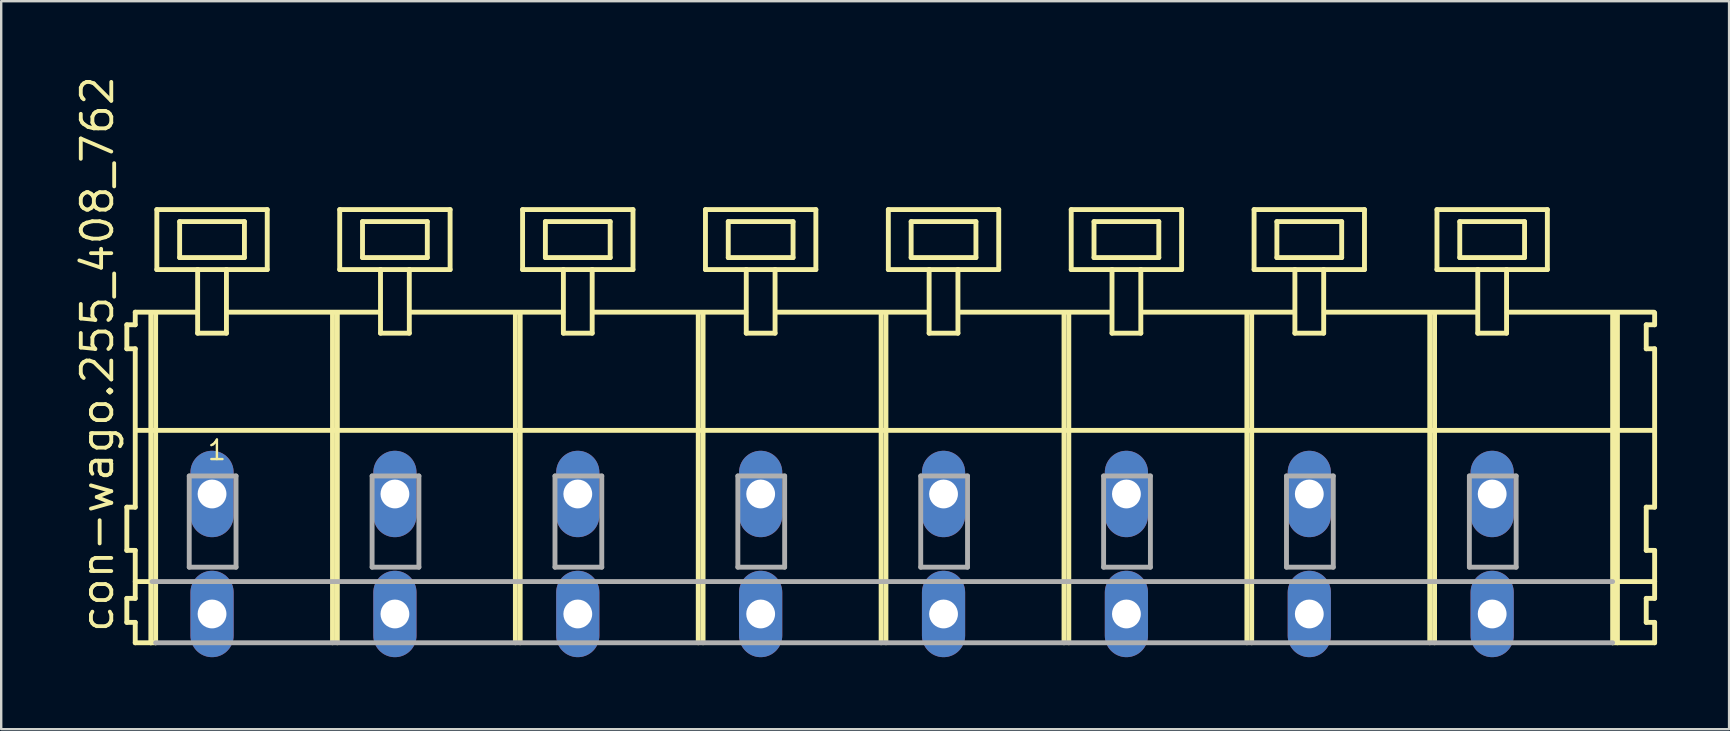
<source format=kicad_pcb>
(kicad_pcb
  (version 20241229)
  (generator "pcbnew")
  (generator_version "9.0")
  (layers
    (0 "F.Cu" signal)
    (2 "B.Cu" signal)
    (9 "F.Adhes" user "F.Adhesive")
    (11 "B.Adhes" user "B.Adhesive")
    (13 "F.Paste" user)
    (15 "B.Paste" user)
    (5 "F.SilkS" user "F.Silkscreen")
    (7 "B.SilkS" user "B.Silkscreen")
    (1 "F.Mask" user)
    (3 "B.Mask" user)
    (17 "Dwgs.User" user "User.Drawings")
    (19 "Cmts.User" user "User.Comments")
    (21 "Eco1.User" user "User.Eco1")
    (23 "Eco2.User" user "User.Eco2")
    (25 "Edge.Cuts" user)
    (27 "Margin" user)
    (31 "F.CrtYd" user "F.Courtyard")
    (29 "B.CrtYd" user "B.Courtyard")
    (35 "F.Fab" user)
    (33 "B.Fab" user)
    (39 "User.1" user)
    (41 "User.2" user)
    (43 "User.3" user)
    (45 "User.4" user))
  (footprint "con-wago.255_408_762"
    (layer "F.Cu")
    (at 33.725 17.533)
    (property "Reference" "con-wago.255_408_762" (at -31.975 5.855 90) (layer "F.SilkS") (effects (font (size 1.27 1.27) (thickness 0.16)) (justify left bottom)))
    (attr through_hole)
    (fp_line (start -31.49 -7.05) (end -31.49 -6.05) (stroke (width 0.203) (type default)) (layer "F.SilkS"))
    (fp_line (start -31.49 -6.05) (end -31.14 -6.05) (stroke (width 0.203) (type default)) (layer "F.SilkS"))
    (fp_line (start -31.49 0.55) (end -31.49 2.35) (stroke (width 0.203) (type default)) (layer "F.SilkS"))
    (fp_line (start -31.49 2.35) (end -31.14 2.35) (stroke (width 0.203) (type default)) (layer "F.SilkS"))
    (fp_line (start -31.49 4.35) (end -31.49 5.35) (stroke (width 0.203) (type default)) (layer "F.SilkS"))
    (fp_line (start -31.49 5.35) (end -31.14 5.35) (stroke (width 0.203) (type default)) (layer "F.SilkS"))
    (fp_line (start -31.14 -7.575) (end -31.14 -7.05) (stroke (width 0.203) (type default)) (layer "F.SilkS"))
    (fp_line (start -31.14 -7.575) (end -28.565 -7.575) (stroke (width 0.203) (type default)) (layer "F.SilkS"))
    (fp_line (start -31.14 -7.05) (end -31.49 -7.05) (stroke (width 0.203) (type default)) (layer "F.SilkS"))
    (fp_line (start -31.14 -6.05) (end -31.14 0.55) (stroke (width 0.203) (type default)) (layer "F.SilkS"))
    (fp_line (start -31.14 0.55) (end -31.49 0.55) (stroke (width 0.203) (type default)) (layer "F.SilkS"))
    (fp_line (start -31.14 2.35) (end -31.14 4.35) (stroke (width 0.203) (type default)) (layer "F.SilkS"))
    (fp_line (start -31.14 3.65) (end -30.44 3.65) (stroke (width 0.203) (type default)) (layer "F.SilkS"))
    (fp_line (start -31.14 4.35) (end -31.49 4.35) (stroke (width 0.203) (type default)) (layer "F.SilkS"))
    (fp_line (start -31.14 5.35) (end -31.14 6.2) (stroke (width 0.203) (type default)) (layer "F.SilkS"))
    (fp_line (start -31.14 6.2) (end -30.49 6.2) (stroke (width 0.203) (type default)) (layer "F.SilkS"))
    (fp_line (start -31.09 -2.65) (end 32.12 -2.65) (stroke (width 0.203) (type default)) (layer "F.SilkS"))
    (fp_line (start -30.49 -7.55) (end -30.49 6.2) (stroke (width 0.203) (type default)) (layer "F.SilkS"))
    (fp_line (start -30.49 6.2) (end -30.29 6.2) (stroke (width 0.203) (type default)) (layer "F.SilkS"))
    (fp_line (start -30.29 -7.55) (end -30.29 6.2) (stroke (width 0.203) (type default)) (layer "F.SilkS"))
    (fp_line (start -30.24 -11.85) (end -30.24 -9.35) (stroke (width 0.203) (type default)) (layer "F.SilkS"))
    (fp_line (start -30.24 -9.35) (end -28.54 -9.35) (stroke (width 0.203) (type default)) (layer "F.SilkS"))
    (fp_line (start -29.29 -11.35) (end -29.29 -9.85) (stroke (width 0.203) (type default)) (layer "F.SilkS"))
    (fp_line (start -29.29 -9.85) (end -26.59 -9.85) (stroke (width 0.203) (type default)) (layer "F.SilkS"))
    (fp_line (start -28.54 -9.35) (end -28.54 -6.7) (stroke (width 0.203) (type default)) (layer "F.SilkS"))
    (fp_line (start -28.54 -9.35) (end -27.34 -9.35) (stroke (width 0.203) (type default)) (layer "F.SilkS"))
    (fp_line (start -28.54 -6.7) (end -27.34 -6.7) (stroke (width 0.203) (type default)) (layer "F.SilkS"))
    (fp_line (start -27.34 -9.35) (end -25.64 -9.35) (stroke (width 0.203) (type default)) (layer "F.SilkS"))
    (fp_line (start -27.34 -6.7) (end -27.34 -9.35) (stroke (width 0.203) (type default)) (layer "F.SilkS"))
    (fp_line (start -27.315 -7.575) (end -20.941 -7.575) (stroke (width 0.203) (type default)) (layer "F.SilkS"))
    (fp_line (start -26.59 -11.35) (end -29.29 -11.35) (stroke (width 0.203) (type default)) (layer "F.SilkS"))
    (fp_line (start -26.59 -9.85) (end -26.59 -11.35) (stroke (width 0.203) (type default)) (layer "F.SilkS"))
    (fp_line (start -25.64 -11.85) (end -30.24 -11.85) (stroke (width 0.203) (type default)) (layer "F.SilkS"))
    (fp_line (start -25.64 -9.35) (end -25.64 -11.85) (stroke (width 0.203) (type default)) (layer "F.SilkS"))
    (fp_line (start -22.92 -7.55) (end -22.92 6.2) (stroke (width 0.203) (type default)) (layer "F.SilkS"))
    (fp_line (start -22.72 -7.55) (end -22.72 6.2) (stroke (width 0.203) (type default)) (layer "F.SilkS"))
    (fp_line (start -22.62 -11.85) (end -22.62 -9.35) (stroke (width 0.203) (type default)) (layer "F.SilkS"))
    (fp_line (start -22.62 -9.35) (end -20.92 -9.35) (stroke (width 0.203) (type default)) (layer "F.SilkS"))
    (fp_line (start -21.67 -11.35) (end -21.67 -9.85) (stroke (width 0.203) (type default)) (layer "F.SilkS"))
    (fp_line (start -21.67 -9.85) (end -18.97 -9.85) (stroke (width 0.203) (type default)) (layer "F.SilkS"))
    (fp_line (start -20.92 -9.35) (end -20.92 -6.7) (stroke (width 0.203) (type default)) (layer "F.SilkS"))
    (fp_line (start -20.92 -9.35) (end -19.72 -9.35) (stroke (width 0.203) (type default)) (layer "F.SilkS"))
    (fp_line (start -20.92 -6.7) (end -19.72 -6.7) (stroke (width 0.203) (type default)) (layer "F.SilkS"))
    (fp_line (start -19.72 -9.35) (end -18.02 -9.35) (stroke (width 0.203) (type default)) (layer "F.SilkS"))
    (fp_line (start -19.72 -6.7) (end -19.72 -9.35) (stroke (width 0.203) (type default)) (layer "F.SilkS"))
    (fp_line (start -19.695 -7.575) (end -13.321 -7.575) (stroke (width 0.203) (type default)) (layer "F.SilkS"))
    (fp_line (start -18.97 -11.35) (end -21.67 -11.35) (stroke (width 0.203) (type default)) (layer "F.SilkS"))
    (fp_line (start -18.97 -9.85) (end -18.97 -11.35) (stroke (width 0.203) (type default)) (layer "F.SilkS"))
    (fp_line (start -18.02 -11.85) (end -22.62 -11.85) (stroke (width 0.203) (type default)) (layer "F.SilkS"))
    (fp_line (start -18.02 -9.35) (end -18.02 -11.85) (stroke (width 0.203) (type default)) (layer "F.SilkS"))
    (fp_line (start -15.3 -7.55) (end -15.3 6.2) (stroke (width 0.203) (type default)) (layer "F.SilkS"))
    (fp_line (start -15.1 -7.55) (end -15.1 6.2) (stroke (width 0.203) (type default)) (layer "F.SilkS"))
    (fp_line (start -15 -11.85) (end -15 -9.35) (stroke (width 0.203) (type default)) (layer "F.SilkS"))
    (fp_line (start -15 -9.35) (end -13.3 -9.35) (stroke (width 0.203) (type default)) (layer "F.SilkS"))
    (fp_line (start -14.05 -11.35) (end -14.05 -9.85) (stroke (width 0.203) (type default)) (layer "F.SilkS"))
    (fp_line (start -14.05 -9.85) (end -11.35 -9.85) (stroke (width 0.203) (type default)) (layer "F.SilkS"))
    (fp_line (start -13.3 -9.35) (end -13.3 -6.7) (stroke (width 0.203) (type default)) (layer "F.SilkS"))
    (fp_line (start -13.3 -9.35) (end -12.1 -9.35) (stroke (width 0.203) (type default)) (layer "F.SilkS"))
    (fp_line (start -13.3 -6.7) (end -12.1 -6.7) (stroke (width 0.203) (type default)) (layer "F.SilkS"))
    (fp_line (start -12.1 -9.35) (end -10.4 -9.35) (stroke (width 0.203) (type default)) (layer "F.SilkS"))
    (fp_line (start -12.1 -6.7) (end -12.1 -9.35) (stroke (width 0.203) (type default)) (layer "F.SilkS"))
    (fp_line (start -12.075 -7.575) (end -5.701 -7.575) (stroke (width 0.203) (type default)) (layer "F.SilkS"))
    (fp_line (start -11.35 -11.35) (end -14.05 -11.35) (stroke (width 0.203) (type default)) (layer "F.SilkS"))
    (fp_line (start -11.35 -9.85) (end -11.35 -11.35) (stroke (width 0.203) (type default)) (layer "F.SilkS"))
    (fp_line (start -10.4 -11.85) (end -15 -11.85) (stroke (width 0.203) (type default)) (layer "F.SilkS"))
    (fp_line (start -10.4 -9.35) (end -10.4 -11.85) (stroke (width 0.203) (type default)) (layer "F.SilkS"))
    (fp_line (start -7.68 -7.55) (end -7.68 6.2) (stroke (width 0.203) (type default)) (layer "F.SilkS"))
    (fp_line (start -7.48 -7.55) (end -7.48 6.2) (stroke (width 0.203) (type default)) (layer "F.SilkS"))
    (fp_line (start -7.38 -11.85) (end -7.38 -9.35) (stroke (width 0.203) (type default)) (layer "F.SilkS"))
    (fp_line (start -7.38 -9.35) (end -5.68 -9.35) (stroke (width 0.203) (type default)) (layer "F.SilkS"))
    (fp_line (start -6.43 -11.35) (end -6.43 -9.85) (stroke (width 0.203) (type default)) (layer "F.SilkS"))
    (fp_line (start -6.43 -9.85) (end -3.73 -9.85) (stroke (width 0.203) (type default)) (layer "F.SilkS"))
    (fp_line (start -5.68 -9.35) (end -5.68 -6.7) (stroke (width 0.203) (type default)) (layer "F.SilkS"))
    (fp_line (start -5.68 -9.35) (end -4.48 -9.35) (stroke (width 0.203) (type default)) (layer "F.SilkS"))
    (fp_line (start -5.68 -6.7) (end -4.48 -6.7) (stroke (width 0.203) (type default)) (layer "F.SilkS"))
    (fp_line (start -4.48 -9.35) (end -2.78 -9.35) (stroke (width 0.203) (type default)) (layer "F.SilkS"))
    (fp_line (start -4.48 -6.7) (end -4.48 -9.35) (stroke (width 0.203) (type default)) (layer "F.SilkS"))
    (fp_line (start -4.455 -7.575) (end 1.919 -7.575) (stroke (width 0.203) (type default)) (layer "F.SilkS"))
    (fp_line (start -3.73 -11.35) (end -6.43 -11.35) (stroke (width 0.203) (type default)) (layer "F.SilkS"))
    (fp_line (start -3.73 -9.85) (end -3.73 -11.35) (stroke (width 0.203) (type default)) (layer "F.SilkS"))
    (fp_line (start -2.78 -11.85) (end -7.38 -11.85) (stroke (width 0.203) (type default)) (layer "F.SilkS"))
    (fp_line (start -2.78 -9.35) (end -2.78 -11.85) (stroke (width 0.203) (type default)) (layer "F.SilkS"))
    (fp_line (start -0.06 -7.55) (end -0.06 6.2) (stroke (width 0.203) (type default)) (layer "F.SilkS"))
    (fp_line (start 0.14 -7.55) (end 0.14 6.2) (stroke (width 0.203) (type default)) (layer "F.SilkS"))
    (fp_line (start 0.24 -11.85) (end 0.24 -9.35) (stroke (width 0.203) (type default)) (layer "F.SilkS"))
    (fp_line (start 0.24 -9.35) (end 1.94 -9.35) (stroke (width 0.203) (type default)) (layer "F.SilkS"))
    (fp_line (start 1.19 -11.35) (end 1.19 -9.85) (stroke (width 0.203) (type default)) (layer "F.SilkS"))
    (fp_line (start 1.19 -9.85) (end 3.89 -9.85) (stroke (width 0.203) (type default)) (layer "F.SilkS"))
    (fp_line (start 1.94 -9.35) (end 1.94 -6.7) (stroke (width 0.203) (type default)) (layer "F.SilkS"))
    (fp_line (start 1.94 -9.35) (end 3.14 -9.35) (stroke (width 0.203) (type default)) (layer "F.SilkS"))
    (fp_line (start 1.94 -6.7) (end 3.14 -6.7) (stroke (width 0.203) (type default)) (layer "F.SilkS"))
    (fp_line (start 3.14 -9.35) (end 4.84 -9.35) (stroke (width 0.203) (type default)) (layer "F.SilkS"))
    (fp_line (start 3.14 -6.7) (end 3.14 -9.35) (stroke (width 0.203) (type default)) (layer "F.SilkS"))
    (fp_line (start 3.165 -7.575) (end 9.539 -7.575) (stroke (width 0.203) (type default)) (layer "F.SilkS"))
    (fp_line (start 3.89 -11.35) (end 1.19 -11.35) (stroke (width 0.203) (type default)) (layer "F.SilkS"))
    (fp_line (start 3.89 -9.85) (end 3.89 -11.35) (stroke (width 0.203) (type default)) (layer "F.SilkS"))
    (fp_line (start 4.84 -11.85) (end 0.24 -11.85) (stroke (width 0.203) (type default)) (layer "F.SilkS"))
    (fp_line (start 4.84 -9.35) (end 4.84 -11.85) (stroke (width 0.203) (type default)) (layer "F.SilkS"))
    (fp_line (start 7.56 -7.55) (end 7.56 6.2) (stroke (width 0.203) (type default)) (layer "F.SilkS"))
    (fp_line (start 7.76 -7.55) (end 7.76 6.2) (stroke (width 0.203) (type default)) (layer "F.SilkS"))
    (fp_line (start 7.86 -11.85) (end 7.86 -9.35) (stroke (width 0.203) (type default)) (layer "F.SilkS"))
    (fp_line (start 7.86 -9.35) (end 9.56 -9.35) (stroke (width 0.203) (type default)) (layer "F.SilkS"))
    (fp_line (start 8.81 -11.35) (end 8.81 -9.85) (stroke (width 0.203) (type default)) (layer "F.SilkS"))
    (fp_line (start 8.81 -9.85) (end 11.51 -9.85) (stroke (width 0.203) (type default)) (layer "F.SilkS"))
    (fp_line (start 9.56 -9.35) (end 9.56 -6.7) (stroke (width 0.203) (type default)) (layer "F.SilkS"))
    (fp_line (start 9.56 -9.35) (end 10.76 -9.35) (stroke (width 0.203) (type default)) (layer "F.SilkS"))
    (fp_line (start 9.56 -6.7) (end 10.76 -6.7) (stroke (width 0.203) (type default)) (layer "F.SilkS"))
    (fp_line (start 10.76 -9.35) (end 12.46 -9.35) (stroke (width 0.203) (type default)) (layer "F.SilkS"))
    (fp_line (start 10.76 -6.7) (end 10.76 -9.35) (stroke (width 0.203) (type default)) (layer "F.SilkS"))
    (fp_line (start 10.785 -7.575) (end 17.159 -7.575) (stroke (width 0.203) (type default)) (layer "F.SilkS"))
    (fp_line (start 11.51 -11.35) (end 8.81 -11.35) (stroke (width 0.203) (type default)) (layer "F.SilkS"))
    (fp_line (start 11.51 -9.85) (end 11.51 -11.35) (stroke (width 0.203) (type default)) (layer "F.SilkS"))
    (fp_line (start 12.46 -11.85) (end 7.86 -11.85) (stroke (width 0.203) (type default)) (layer "F.SilkS"))
    (fp_line (start 12.46 -9.35) (end 12.46 -11.85) (stroke (width 0.203) (type default)) (layer "F.SilkS"))
    (fp_line (start 15.18 -7.55) (end 15.18 6.2) (stroke (width 0.203) (type default)) (layer "F.SilkS"))
    (fp_line (start 15.38 -7.55) (end 15.38 6.2) (stroke (width 0.203) (type default)) (layer "F.SilkS"))
    (fp_line (start 15.48 -11.85) (end 15.48 -9.35) (stroke (width 0.203) (type default)) (layer "F.SilkS"))
    (fp_line (start 15.48 -9.35) (end 17.18 -9.35) (stroke (width 0.203) (type default)) (layer "F.SilkS"))
    (fp_line (start 16.43 -11.35) (end 16.43 -9.85) (stroke (width 0.203) (type default)) (layer "F.SilkS"))
    (fp_line (start 16.43 -9.85) (end 19.13 -9.85) (stroke (width 0.203) (type default)) (layer "F.SilkS"))
    (fp_line (start 17.18 -9.35) (end 17.18 -6.7) (stroke (width 0.203) (type default)) (layer "F.SilkS"))
    (fp_line (start 17.18 -9.35) (end 18.38 -9.35) (stroke (width 0.203) (type default)) (layer "F.SilkS"))
    (fp_line (start 17.18 -6.7) (end 18.38 -6.7) (stroke (width 0.203) (type default)) (layer "F.SilkS"))
    (fp_line (start 18.38 -9.35) (end 20.08 -9.35) (stroke (width 0.203) (type default)) (layer "F.SilkS"))
    (fp_line (start 18.38 -6.7) (end 18.38 -9.35) (stroke (width 0.203) (type default)) (layer "F.SilkS"))
    (fp_line (start 18.405 -7.575) (end 24.779 -7.575) (stroke (width 0.203) (type default)) (layer "F.SilkS"))
    (fp_line (start 19.13 -11.35) (end 16.43 -11.35) (stroke (width 0.203) (type default)) (layer "F.SilkS"))
    (fp_line (start 19.13 -9.85) (end 19.13 -11.35) (stroke (width 0.203) (type default)) (layer "F.SilkS"))
    (fp_line (start 20.08 -11.85) (end 15.48 -11.85) (stroke (width 0.203) (type default)) (layer "F.SilkS"))
    (fp_line (start 20.08 -9.35) (end 20.08 -11.85) (stroke (width 0.203) (type default)) (layer "F.SilkS"))
    (fp_line (start 22.8 -7.55) (end 22.8 6.2) (stroke (width 0.203) (type default)) (layer "F.SilkS"))
    (fp_line (start 23 -7.55) (end 23 6.2) (stroke (width 0.203) (type default)) (layer "F.SilkS"))
    (fp_line (start 23.1 -11.85) (end 23.1 -9.35) (stroke (width 0.203) (type default)) (layer "F.SilkS"))
    (fp_line (start 23.1 -9.35) (end 24.8 -9.35) (stroke (width 0.203) (type default)) (layer "F.SilkS"))
    (fp_line (start 24.05 -11.35) (end 24.05 -9.85) (stroke (width 0.203) (type default)) (layer "F.SilkS"))
    (fp_line (start 24.05 -9.85) (end 26.75 -9.85) (stroke (width 0.203) (type default)) (layer "F.SilkS"))
    (fp_line (start 24.8 -9.35) (end 24.8 -6.7) (stroke (width 0.203) (type default)) (layer "F.SilkS"))
    (fp_line (start 24.8 -9.35) (end 26 -9.35) (stroke (width 0.203) (type default)) (layer "F.SilkS"))
    (fp_line (start 24.8 -6.7) (end 26 -6.7) (stroke (width 0.203) (type default)) (layer "F.SilkS"))
    (fp_line (start 26 -9.35) (end 27.7 -9.35) (stroke (width 0.203) (type default)) (layer "F.SilkS"))
    (fp_line (start 26 -6.7) (end 26 -9.35) (stroke (width 0.203) (type default)) (layer "F.SilkS"))
    (fp_line (start 26.025 -7.575) (end 32.145 -7.575) (stroke (width 0.203) (type default)) (layer "F.SilkS"))
    (fp_line (start 26.75 -11.35) (end 24.05 -11.35) (stroke (width 0.203) (type default)) (layer "F.SilkS"))
    (fp_line (start 26.75 -9.85) (end 26.75 -11.35) (stroke (width 0.203) (type default)) (layer "F.SilkS"))
    (fp_line (start 27.7 -11.85) (end 23.1 -11.85) (stroke (width 0.203) (type default)) (layer "F.SilkS"))
    (fp_line (start 27.7 -9.35) (end 27.7 -11.85) (stroke (width 0.203) (type default)) (layer "F.SilkS"))
    (fp_line (start 30.42 -7.55) (end 30.42 6.2) (stroke (width 0.203) (type default)) (layer "F.SilkS"))
    (fp_line (start 30.42 6.2) (end 32.17 6.2) (stroke (width 0.203) (type default)) (layer "F.SilkS"))
    (fp_line (start 30.47 3.65) (end 32.17 3.65) (stroke (width 0.203) (type default)) (layer "F.SilkS"))
    (fp_line (start 30.62 -7.55) (end 30.62 6.2) (stroke (width 0.203) (type default)) (layer "F.SilkS"))
    (fp_line (start 31.82 -7.05) (end 31.82 -6.05) (stroke (width 0.203) (type default)) (layer "F.SilkS"))
    (fp_line (start 31.82 -6.05) (end 32.17 -6.05) (stroke (width 0.203) (type default)) (layer "F.SilkS"))
    (fp_line (start 31.82 0.55) (end 31.82 2.35) (stroke (width 0.203) (type default)) (layer "F.SilkS"))
    (fp_line (start 31.82 2.35) (end 32.17 2.35) (stroke (width 0.203) (type default)) (layer "F.SilkS"))
    (fp_line (start 31.82 4.35) (end 31.82 5.35) (stroke (width 0.203) (type default)) (layer "F.SilkS"))
    (fp_line (start 31.82 5.35) (end 32.17 5.35) (stroke (width 0.203) (type default)) (layer "F.SilkS"))
    (fp_line (start 32.17 -7.05) (end 31.82 -7.05) (stroke (width 0.203) (type default)) (layer "F.SilkS"))
    (fp_line (start 32.17 -7.05) (end 32.17 -7.55) (stroke (width 0.203) (type default)) (layer "F.SilkS"))
    (fp_line (start 32.17 0.55) (end 31.82 0.55) (stroke (width 0.203) (type default)) (layer "F.SilkS"))
    (fp_line (start 32.17 0.55) (end 32.17 -6.05) (stroke (width 0.203) (type default)) (layer "F.SilkS"))
    (fp_line (start 32.17 3.65) (end 32.17 2.35) (stroke (width 0.203) (type default)) (layer "F.SilkS"))
    (fp_line (start 32.17 4.35) (end 31.82 4.35) (stroke (width 0.203) (type default)) (layer "F.SilkS"))
    (fp_line (start 32.17 4.35) (end 32.17 3.65) (stroke (width 0.203) (type default)) (layer "F.SilkS"))
    (fp_line (start 32.17 6.2) (end 32.17 5.35) (stroke (width 0.203) (type default)) (layer "F.SilkS"))
    (fp_line (start -30.44 3.65) (end 30.42 3.65) (stroke (width 0.203) (type default)) (layer "F.Fab"))
    (fp_line (start -30.29 6.2) (end 30.42 6.2) (stroke (width 0.203) (type default)) (layer "F.Fab"))
    (fp_line (start -28.89 -0.75) (end -28.89 3.05) (stroke (width 0.203) (type default)) (layer "F.Fab"))
    (fp_line (start -28.89 3.05) (end -26.94 3.05) (stroke (width 0.203) (type default)) (layer "F.Fab"))
    (fp_line (start -26.94 -0.75) (end -28.89 -0.75) (stroke (width 0.203) (type default)) (layer "F.Fab"))
    (fp_line (start -26.94 3.05) (end -26.94 -0.75) (stroke (width 0.203) (type default)) (layer "F.Fab"))
    (fp_line (start -21.27 -0.75) (end -21.27 3.05) (stroke (width 0.203) (type default)) (layer "F.Fab"))
    (fp_line (start -21.27 3.05) (end -19.32 3.05) (stroke (width 0.203) (type default)) (layer "F.Fab"))
    (fp_line (start -19.32 -0.75) (end -21.27 -0.75) (stroke (width 0.203) (type default)) (layer "F.Fab"))
    (fp_line (start -19.32 3.05) (end -19.32 -0.75) (stroke (width 0.203) (type default)) (layer "F.Fab"))
    (fp_line (start -13.65 -0.75) (end -13.65 3.05) (stroke (width 0.203) (type default)) (layer "F.Fab"))
    (fp_line (start -13.65 3.05) (end -11.7 3.05) (stroke (width 0.203) (type default)) (layer "F.Fab"))
    (fp_line (start -11.7 -0.75) (end -13.65 -0.75) (stroke (width 0.203) (type default)) (layer "F.Fab"))
    (fp_line (start -11.7 3.05) (end -11.7 -0.75) (stroke (width 0.203) (type default)) (layer "F.Fab"))
    (fp_line (start -6.03 -0.75) (end -6.03 3.05) (stroke (width 0.203) (type default)) (layer "F.Fab"))
    (fp_line (start -6.03 3.05) (end -4.08 3.05) (stroke (width 0.203) (type default)) (layer "F.Fab"))
    (fp_line (start -4.08 -0.75) (end -6.03 -0.75) (stroke (width 0.203) (type default)) (layer "F.Fab"))
    (fp_line (start -4.08 3.05) (end -4.08 -0.75) (stroke (width 0.203) (type default)) (layer "F.Fab"))
    (fp_line (start 1.59 -0.75) (end 1.59 3.05) (stroke (width 0.203) (type default)) (layer "F.Fab"))
    (fp_line (start 1.59 3.05) (end 3.54 3.05) (stroke (width 0.203) (type default)) (layer "F.Fab"))
    (fp_line (start 3.54 -0.75) (end 1.59 -0.75) (stroke (width 0.203) (type default)) (layer "F.Fab"))
    (fp_line (start 3.54 3.05) (end 3.54 -0.75) (stroke (width 0.203) (type default)) (layer "F.Fab"))
    (fp_line (start 9.21 -0.75) (end 9.21 3.05) (stroke (width 0.203) (type default)) (layer "F.Fab"))
    (fp_line (start 9.21 3.05) (end 11.16 3.05) (stroke (width 0.203) (type default)) (layer "F.Fab"))
    (fp_line (start 11.16 -0.75) (end 9.21 -0.75) (stroke (width 0.203) (type default)) (layer "F.Fab"))
    (fp_line (start 11.16 3.05) (end 11.16 -0.75) (stroke (width 0.203) (type default)) (layer "F.Fab"))
    (fp_line (start 16.83 -0.75) (end 16.83 3.05) (stroke (width 0.203) (type default)) (layer "F.Fab"))
    (fp_line (start 16.83 3.05) (end 18.78 3.05) (stroke (width 0.203) (type default)) (layer "F.Fab"))
    (fp_line (start 18.78 -0.75) (end 16.83 -0.75) (stroke (width 0.203) (type default)) (layer "F.Fab"))
    (fp_line (start 18.78 3.05) (end 18.78 -0.75) (stroke (width 0.203) (type default)) (layer "F.Fab"))
    (fp_line (start 24.45 -0.75) (end 24.45 3.05) (stroke (width 0.203) (type default)) (layer "F.Fab"))
    (fp_line (start 24.45 3.05) (end 26.4 3.05) (stroke (width 0.203) (type default)) (layer "F.Fab"))
    (fp_line (start 26.4 -0.75) (end 24.45 -0.75) (stroke (width 0.203) (type default)) (layer "F.Fab"))
    (fp_line (start 26.4 3.05) (end 26.4 -0.75) (stroke (width 0.203) (type default)) (layer "F.Fab"))
    (fp_text user "1" (at -28.19 -1.35 0) (layer "F.SilkS") (effects (font (size 0.813 0.813) (thickness 0.1)) (justify left bottom)))
    (pad "A1" thru_hole oval (at -27.94 0 90) (size 3.6 1.8) (drill 1.2) (layers "*.Cu" "*.Mask"))
    (pad "A2" thru_hole oval (at -20.32 0 90) (size 3.6 1.8) (drill 1.2) (layers "*.Cu" "*.Mask"))
    (pad "A3" thru_hole oval (at -12.7 0 90) (size 3.6 1.8) (drill 1.2) (layers "*.Cu" "*.Mask"))
    (pad "A4" thru_hole oval (at -5.08 0 90) (size 3.6 1.8) (drill 1.2) (layers "*.Cu" "*.Mask"))
    (pad "A5" thru_hole oval (at 2.54 0 90) (size 3.6 1.8) (drill 1.2) (layers "*.Cu" "*.Mask"))
    (pad "A6" thru_hole oval (at 10.16 0 90) (size 3.6 1.8) (drill 1.2) (layers "*.Cu" "*.Mask"))
    (pad "A7" thru_hole oval (at 17.78 0 90) (size 3.6 1.8) (drill 1.2) (layers "*.Cu" "*.Mask"))
    (pad "A8" thru_hole oval (at 25.4 0 90) (size 3.6 1.8) (drill 1.2) (layers "*.Cu" "*.Mask"))
    (pad "B1" thru_hole oval (at -27.94 5 90) (size 3.6 1.8) (drill 1.2) (layers "*.Cu" "*.Mask"))
    (pad "B2" thru_hole oval (at -20.32 5 90) (size 3.6 1.8) (drill 1.2) (layers "*.Cu" "*.Mask"))
    (pad "B3" thru_hole oval (at -12.7 5 90) (size 3.6 1.8) (drill 1.2) (layers "*.Cu" "*.Mask"))
    (pad "B4" thru_hole oval (at -5.08 5 90) (size 3.6 1.8) (drill 1.2) (layers "*.Cu" "*.Mask"))
    (pad "B5" thru_hole oval (at 2.54 5 90) (size 3.6 1.8) (drill 1.2) (layers "*.Cu" "*.Mask"))
    (pad "B6" thru_hole oval (at 10.16 5 90) (size 3.6 1.8) (drill 1.2) (layers "*.Cu" "*.Mask"))
    (pad "B7" thru_hole oval (at 17.78 5 90) (size 3.6 1.8) (drill 1.2) (layers "*.Cu" "*.Mask"))
    (pad "B8" thru_hole oval (at 25.4 5 90) (size 3.6 1.8) (drill 1.2) (layers "*.Cu" "*.Mask")))
  (gr_rect
    (start -3 -3)
    (end 68.997 27.333)
    (stroke (width 0.1) (type default))
    (fill no)
    (layer "Edge.Cuts")))
</source>
